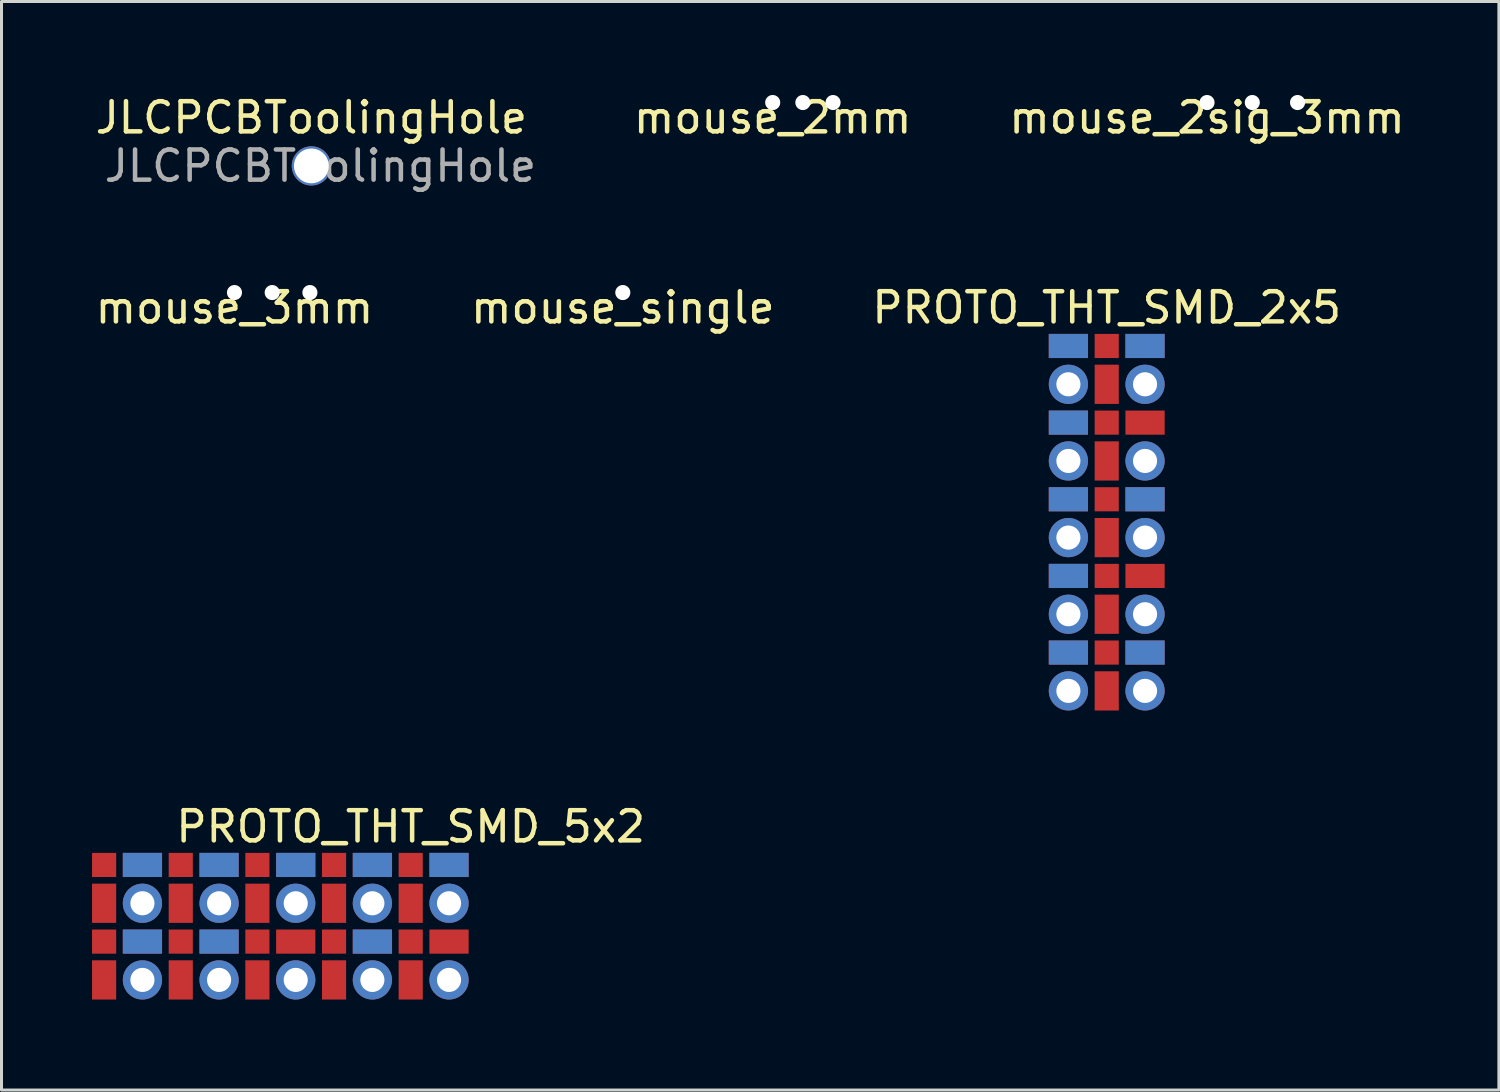
<source format=kicad_pcb>
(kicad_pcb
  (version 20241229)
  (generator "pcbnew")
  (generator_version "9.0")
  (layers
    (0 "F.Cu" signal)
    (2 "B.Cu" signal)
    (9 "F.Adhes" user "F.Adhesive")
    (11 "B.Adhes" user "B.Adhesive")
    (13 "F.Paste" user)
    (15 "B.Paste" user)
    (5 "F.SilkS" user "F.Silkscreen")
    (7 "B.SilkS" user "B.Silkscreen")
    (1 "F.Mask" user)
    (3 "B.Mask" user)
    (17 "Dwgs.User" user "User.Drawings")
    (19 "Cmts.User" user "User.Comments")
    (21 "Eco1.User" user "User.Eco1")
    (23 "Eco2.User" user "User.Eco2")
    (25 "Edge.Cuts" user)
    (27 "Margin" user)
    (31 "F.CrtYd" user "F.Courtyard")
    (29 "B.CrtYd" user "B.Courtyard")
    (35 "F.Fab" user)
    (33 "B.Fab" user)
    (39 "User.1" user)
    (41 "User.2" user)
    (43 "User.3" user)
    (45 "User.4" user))
  (footprint "mouse_3mm"
    (layer "F.Cu")
    (at 4.72 6.645)
    (property "Reference" "mouse_3mm" (at 0 0.5 0) (layer "F.SilkS") (effects (font (size 1 1) (thickness 0.15))))
    (attr through_hole)
    (pad "" np_thru_hole circle (at 0 0) (size 0.5 0.5) (drill 0.5) (layers "*.Cu" "*.Mask"))
    (pad "" np_thru_hole circle (at 1.25 0) (size 0.5 0.5) (drill 0.5) (layers "*.Cu" "*.Mask"))
    (pad "" np_thru_hole circle (at 2.5 0) (size 0.5 0.5) (drill 0.5) (layers "*.Cu" "*.Mask")))
  (footprint "PROTO_THT_SMD_2x5"
    (layer "F.Cu")
    (at 34.895 9.685)
    (property "Reference" "PROTO_THT_SMD_2x5" (at -1.27 -2.54 0) (layer "F.SilkS") (effects (font (size 1 1) (thickness 0.15))))
    (attr through_hole)
    (pad "" smd rect (at -2.54 -1.27) (size 1.3 0.8) (layers "F.Cu" "F.Mask"))
    (pad "" smd rect (at -2.54 -1.27) (size 1.3 0.8) (layers "B.Cu" "B.Mask"))
    (pad "" thru_hole circle (at -2.54 0) (size 1.3 1.3) (drill 0.8) (layers "*.Cu" "*.Mask"))
    (pad "" smd rect (at -2.54 1.27) (size 1.3 0.8) (layers "F.Cu" "F.Mask"))
    (pad "" smd rect (at -2.54 1.27) (size 1.3 0.8) (layers "B.Cu" "B.Mask"))
    (pad "" thru_hole circle (at -2.54 2.54) (size 1.3 1.3) (drill 0.8) (layers "*.Cu" "*.Mask"))
    (pad "" smd rect (at -2.54 3.81) (size 1.3 0.8) (layers "F.Cu" "F.Mask"))
    (pad "" smd rect (at -2.54 3.81) (size 1.3 0.8) (layers "B.Cu" "B.Mask"))
    (pad "" thru_hole circle (at -2.54 5.08) (size 1.3 1.3) (drill 0.8) (layers "*.Cu" "*.Mask"))
    (pad "" smd rect (at -2.54 6.35) (size 1.3 0.8) (layers "F.Cu" "F.Mask"))
    (pad "" smd rect (at -2.54 6.35) (size 1.3 0.8) (layers "B.Cu" "B.Mask"))
    (pad "" thru_hole circle (at -2.54 7.62) (size 1.3 1.3) (drill 0.8) (layers "*.Cu" "*.Mask"))
    (pad "" smd rect (at -2.54 8.89) (size 1.3 0.8) (layers "F.Cu" "F.Mask"))
    (pad "" smd rect (at -2.54 8.89) (size 1.3 0.8) (layers "B.Cu" "B.Mask"))
    (pad "" thru_hole circle (at -2.54 10.16) (size 1.3 1.3) (drill 0.8) (layers "*.Cu" "*.Mask"))
    (pad "" smd rect (at -1.27 -1.27 90) (size 0.8 0.8) (layers "F.Cu" "F.Mask" "F.Paste"))
    (pad "" smd rect (at -1.27 -1.27 90) (size 0.8 0.8) (layers "B.Mask"))
    (pad "" smd rect (at -1.27 0 90) (size 1.3 0.8) (layers "F.Cu" "F.Mask"))
    (pad "" smd rect (at -1.27 0 90) (size 1.3 0.8) (layers "B.Mask"))
    (pad "" smd rect (at -1.27 1.27 90) (size 0.8 0.8) (layers "F.Cu" "F.Mask" "F.Paste"))
    (pad "" smd rect (at -1.27 1.27 90) (size 0.8 0.8) (layers "B.Mask"))
    (pad "" smd rect (at -1.27 2.54 90) (size 1.3 0.8) (layers "F.Cu" "F.Mask"))
    (pad "" smd rect (at -1.27 2.54 90) (size 1.3 0.8) (layers "B.Mask"))
    (pad "" smd rect (at -1.27 3.81 90) (size 0.8 0.8) (layers "F.Cu" "F.Mask" "F.Paste"))
    (pad "" smd rect (at -1.27 3.81 90) (size 0.8 0.8) (layers "B.Mask"))
    (pad "" smd rect (at -1.27 5.08 90) (size 1.3 0.8) (layers "F.Cu" "F.Mask"))
    (pad "" smd rect (at -1.27 5.08 90) (size 1.3 0.8) (layers "B.Mask"))
    (pad "" smd rect (at -1.27 6.35 90) (size 0.8 0.8) (layers "F.Cu" "F.Mask" "F.Paste"))
    (pad "" smd rect (at -1.27 6.35 90) (size 0.8 0.8) (layers "B.Mask"))
    (pad "" smd rect (at -1.27 7.62 90) (size 1.3 0.8) (layers "F.Cu" "F.Mask"))
    (pad "" smd rect (at -1.27 7.62 90) (size 1.3 0.8) (layers "B.Mask"))
    (pad "" smd rect (at -1.27 8.89 90) (size 0.8 0.8) (layers "F.Cu" "F.Mask" "F.Paste"))
    (pad "" smd rect (at -1.27 8.89 90) (size 0.8 0.8) (layers "B.Mask"))
    (pad "" smd rect (at -1.27 10.16 90) (size 1.3 0.8) (layers "F.Cu" "F.Mask"))
    (pad "" smd rect (at -1.27 10.16 90) (size 1.3 0.8) (layers "B.Mask"))
    (pad "" smd rect (at 0 -1.27) (size 1.3 0.8) (layers "F.Cu" "F.Mask"))
    (pad "" smd rect (at 0 -1.27) (size 1.3 0.8) (layers "B.Cu" "B.Mask"))
    (pad "" thru_hole circle (at 0 0) (size 1.3 1.3) (drill 0.8) (layers "*.Cu" "*.Mask"))
    (pad "" smd rect (at 0 1.27) (size 1.3 0.8) (layers "F.Cu" "F.Mask"))
    (pad "" smd rect (at 0 1.27) (size 1.3 0.8) (layers "B.Mask"))
    (pad "" thru_hole circle (at 0 2.54) (size 1.3 1.3) (drill 0.8) (layers "*.Cu" "*.Mask"))
    (pad "" smd rect (at 0 3.81) (size 1.3 0.8) (layers "F.Cu" "F.Mask"))
    (pad "" smd rect (at 0 3.81) (size 1.3 0.8) (layers "B.Cu" "B.Mask"))
    (pad "" thru_hole circle (at 0 5.08) (size 1.3 1.3) (drill 0.8) (layers "*.Cu" "*.Mask"))
    (pad "" smd rect (at 0 6.35) (size 1.3 0.8) (layers "F.Cu" "F.Mask"))
    (pad "" smd rect (at 0 6.35) (size 1.3 0.8) (layers "B.Mask"))
    (pad "" thru_hole circle (at 0 7.62) (size 1.3 1.3) (drill 0.8) (layers "*.Cu" "*.Mask"))
    (pad "" smd rect (at 0 8.89) (size 1.3 0.8) (layers "F.Cu" "F.Mask"))
    (pad "" smd rect (at 0 8.89) (size 1.3 0.8) (layers "B.Cu" "B.Mask"))
    (pad "" thru_hole circle (at 0 10.16) (size 1.3 1.3) (drill 0.8) (layers "*.Cu" "*.Mask")))
  (footprint "JLCPCBToolingHole"
    (layer "F.Cu")
    (at 7.268 2.448)
    (property "Reference" "JLCPCBToolingHole" (at 0 -1.6 0) (layer "F.SilkS") (effects (font (size 1 1) (thickness 0.15))))
    (attr exclude_from_pos_files exclude_from_bom)
    (fp_text user "${REFERENCE}" (at 0.3 0 0) (layer "F.Fab") (effects (font (size 1 1) (thickness 0.15))))
    (pad "" np_thru_hole circle (at 0 0) (size 1.3 1.3) (drill 1.152) (layers "*.Cu" "*.Mask")))
  (footprint "PROTO_THT_SMD_5x2"
    (layer "F.Cu")
    (at 11.83 26.883)
    (property "Reference" "PROTO_THT_SMD_5x2" (at -1.27 -2.54 0) (layer "F.SilkS") (effects (font (size 1 1) (thickness 0.15))))
    (attr through_hole)
    (pad "" smd rect (at -11.43 -1.27 90) (size 0.8 0.8) (layers "F.Cu" "F.Mask" "F.Paste"))
    (pad "" smd rect (at -11.43 -1.27 90) (size 0.8 0.8) (layers "B.Mask"))
    (pad "" smd rect (at -11.43 0 90) (size 1.3 0.8) (layers "F.Cu" "F.Mask"))
    (pad "" smd rect (at -11.43 0 90) (size 1.3 0.8) (layers "B.Mask"))
    (pad "" smd rect (at -11.43 1.27 90) (size 0.8 0.8) (layers "F.Cu" "F.Mask" "F.Paste"))
    (pad "" smd rect (at -11.43 1.27 90) (size 0.8 0.8) (layers "B.Mask"))
    (pad "" smd rect (at -11.43 2.54 90) (size 1.3 0.8) (layers "F.Cu" "F.Mask"))
    (pad "" smd rect (at -11.43 2.54 90) (size 1.3 0.8) (layers "B.Mask"))
    (pad "" smd rect (at -10.16 -1.27) (size 1.3 0.8) (layers "F.Cu" "F.Mask"))
    (pad "" smd rect (at -10.16 -1.27) (size 1.3 0.8) (layers "B.Cu" "B.Mask"))
    (pad "" thru_hole circle (at -10.16 0) (size 1.3 1.3) (drill 0.8) (layers "*.Cu" "*.Mask"))
    (pad "" smd rect (at -10.16 1.27) (size 1.3 0.8) (layers "F.Cu" "F.Mask"))
    (pad "" smd rect (at -10.16 1.27) (size 1.3 0.8) (layers "B.Cu" "B.Mask"))
    (pad "" thru_hole circle (at -10.16 2.54) (size 1.3 1.3) (drill 0.8) (layers "*.Cu" "*.Mask"))
    (pad "" smd rect (at -8.89 -1.27 90) (size 0.8 0.8) (layers "F.Cu" "F.Mask" "F.Paste"))
    (pad "" smd rect (at -8.89 -1.27 90) (size 0.8 0.8) (layers "B.Mask"))
    (pad "" smd rect (at -8.89 0 90) (size 1.3 0.8) (layers "F.Cu" "F.Mask"))
    (pad "" smd rect (at -8.89 0 90) (size 1.3 0.8) (layers "B.Mask"))
    (pad "" smd rect (at -8.89 1.27 90) (size 0.8 0.8) (layers "F.Cu" "F.Mask" "F.Paste"))
    (pad "" smd rect (at -8.89 1.27 90) (size 0.8 0.8) (layers "B.Mask"))
    (pad "" smd rect (at -8.89 2.54 90) (size 1.3 0.8) (layers "F.Cu" "F.Mask"))
    (pad "" smd rect (at -8.89 2.54 90) (size 1.3 0.8) (layers "B.Mask"))
    (pad "" smd rect (at -7.62 -1.27) (size 1.3 0.8) (layers "F.Cu" "F.Mask"))
    (pad "" smd rect (at -7.62 -1.27) (size 1.3 0.8) (layers "B.Cu" "B.Mask"))
    (pad "" thru_hole circle (at -7.62 0) (size 1.3 1.3) (drill 0.8) (layers "*.Cu" "*.Mask"))
    (pad "" smd rect (at -7.62 1.27) (size 1.3 0.8) (layers "F.Cu" "F.Mask"))
    (pad "" smd rect (at -7.62 1.27) (size 1.3 0.8) (layers "B.Cu" "B.Mask"))
    (pad "" thru_hole circle (at -7.62 2.54) (size 1.3 1.3) (drill 0.8) (layers "*.Cu" "*.Mask"))
    (pad "" smd rect (at -6.35 -1.27 90) (size 0.8 0.8) (layers "F.Cu" "F.Mask" "F.Paste"))
    (pad "" smd rect (at -6.35 -1.27 90) (size 0.8 0.8) (layers "B.Mask"))
    (pad "" smd rect (at -6.35 0 90) (size 1.3 0.8) (layers "F.Cu" "F.Mask"))
    (pad "" smd rect (at -6.35 0 90) (size 1.3 0.8) (layers "B.Mask"))
    (pad "" smd rect (at -6.35 1.27 90) (size 0.8 0.8) (layers "F.Cu" "F.Mask" "F.Paste"))
    (pad "" smd rect (at -6.35 1.27 90) (size 0.8 0.8) (layers "B.Mask"))
    (pad "" smd rect (at -6.35 2.54 90) (size 1.3 0.8) (layers "F.Cu" "F.Mask"))
    (pad "" smd rect (at -6.35 2.54 90) (size 1.3 0.8) (layers "B.Mask"))
    (pad "" smd rect (at -5.08 -1.27) (size 1.3 0.8) (layers "F.Cu" "F.Mask"))
    (pad "" smd rect (at -5.08 -1.27) (size 1.3 0.8) (layers "B.Cu" "B.Mask"))
    (pad "" thru_hole circle (at -5.08 0) (size 1.3 1.3) (drill 0.8) (layers "*.Cu" "*.Mask"))
    (pad "" smd rect (at -5.08 1.27) (size 1.3 0.8) (layers "F.Cu" "F.Mask"))
    (pad "" smd rect (at -5.08 1.27) (size 1.3 0.8) (layers "B.Mask"))
    (pad "" thru_hole circle (at -5.08 2.54) (size 1.3 1.3) (drill 0.8) (layers "*.Cu" "*.Mask"))
    (pad "" smd rect (at -3.81 -1.27 90) (size 0.8 0.8) (layers "F.Cu" "F.Mask" "F.Paste"))
    (pad "" smd rect (at -3.81 -1.27 90) (size 0.8 0.8) (layers "B.Mask"))
    (pad "" smd rect (at -3.81 0 90) (size 1.3 0.8) (layers "F.Cu" "F.Mask"))
    (pad "" smd rect (at -3.81 0 90) (size 1.3 0.8) (layers "B.Mask"))
    (pad "" smd rect (at -3.81 1.27 90) (size 0.8 0.8) (layers "F.Cu" "F.Mask" "F.Paste"))
    (pad "" smd rect (at -3.81 1.27 90) (size 0.8 0.8) (layers "B.Mask"))
    (pad "" smd rect (at -3.81 2.54 90) (size 1.3 0.8) (layers "F.Cu" "F.Mask"))
    (pad "" smd rect (at -3.81 2.54 90) (size 1.3 0.8) (layers "B.Mask"))
    (pad "" smd rect (at -2.54 -1.27) (size 1.3 0.8) (layers "F.Cu" "F.Mask"))
    (pad "" smd rect (at -2.54 -1.27) (size 1.3 0.8) (layers "B.Cu" "B.Mask"))
    (pad "" thru_hole circle (at -2.54 0) (size 1.3 1.3) (drill 0.8) (layers "*.Cu" "*.Mask"))
    (pad "" smd rect (at -2.54 1.27) (size 1.3 0.8) (layers "F.Cu" "F.Mask"))
    (pad "" smd rect (at -2.54 1.27) (size 1.3 0.8) (layers "B.Cu" "B.Mask"))
    (pad "" thru_hole circle (at -2.54 2.54) (size 1.3 1.3) (drill 0.8) (layers "*.Cu" "*.Mask"))
    (pad "" smd rect (at -1.27 -1.27 90) (size 0.8 0.8) (layers "F.Cu" "F.Mask" "F.Paste"))
    (pad "" smd rect (at -1.27 -1.27 90) (size 0.8 0.8) (layers "B.Mask"))
    (pad "" smd rect (at -1.27 0 90) (size 1.3 0.8) (layers "F.Cu" "F.Mask"))
    (pad "" smd rect (at -1.27 0 90) (size 1.3 0.8) (layers "B.Mask"))
    (pad "" smd rect (at -1.27 1.27 90) (size 0.8 0.8) (layers "F.Cu" "F.Mask" "F.Paste"))
    (pad "" smd rect (at -1.27 1.27 90) (size 0.8 0.8) (layers "B.Mask"))
    (pad "" smd rect (at -1.27 2.54 90) (size 1.3 0.8) (layers "F.Cu" "F.Mask"))
    (pad "" smd rect (at -1.27 2.54 90) (size 1.3 0.8) (layers "B.Mask"))
    (pad "" smd rect (at 0 -1.27) (size 1.3 0.8) (layers "F.Cu" "F.Mask"))
    (pad "" smd rect (at 0 -1.27) (size 1.3 0.8) (layers "B.Cu" "B.Mask"))
    (pad "" thru_hole circle (at 0 0) (size 1.3 1.3) (drill 0.8) (layers "*.Cu" "*.Mask"))
    (pad "" smd rect (at 0 1.27) (size 1.3 0.8) (layers "F.Cu" "F.Mask"))
    (pad "" smd rect (at 0 1.27) (size 1.3 0.8) (layers "B.Mask"))
    (pad "" thru_hole circle (at 0 2.54) (size 1.3 1.3) (drill 0.8) (layers "*.Cu" "*.Mask")))
  (footprint "mouse_single"
    (layer "F.Cu")
    (at 17.589 6.645)
    (property "Reference" "mouse_single" (at 0 0.5 0) (layer "F.SilkS") (effects (font (size 1 1) (thickness 0.15))))
    (attr through_hole)
    (pad "" np_thru_hole circle (at 0 0) (size 0.5 0.5) (drill 0.5) (layers "*.Cu" "*.Mask")))
  (footprint "mouse_2sig_3mm"
    (layer "F.Cu")
    (at 36.949 0.348)
    (property "Reference" "mouse_2sig_3mm" (at 0 0.5 0) (layer "F.SilkS") (effects (font (size 1 1) (thickness 0.15))))
    (attr through_hole)
    (pad "" np_thru_hole circle (at 0 0) (size 0.5 0.5) (drill 0.5) (layers "*.Cu" "*.Mask"))
    (pad "" np_thru_hole circle (at 1.5 0) (size 0.5 0.5) (drill 0.5) (layers "*.Cu" "*.Mask"))
    (pad "" np_thru_hole circle (at 3 0) (size 0.5 0.5) (drill 0.5) (layers "*.Cu" "*.Mask")))
  (footprint "mouse_2mm"
    (layer "F.Cu")
    (at 22.556 0.348)
    (property "Reference" "mouse_2mm" (at 0 0.5 0) (layer "F.SilkS") (effects (font (size 1 1) (thickness 0.15))))
    (attr through_hole)
    (pad "" np_thru_hole circle (at 0 0) (size 0.5 0.5) (drill 0.5) (layers "*.Cu" "*.Mask"))
    (pad "" np_thru_hole circle (at 1 0) (size 0.5 0.5) (drill 0.5) (layers "*.Cu" "*.Mask"))
    (pad "" np_thru_hole circle (at 2 0) (size 0.5 0.5) (drill 0.5) (layers "*.Cu" "*.Mask")))
  (gr_rect
    (start -3 -3)
    (end 46.621 33.073)
    (stroke (width 0.1) (type default))
    (fill no)
    (layer "Edge.Cuts")))
</source>
